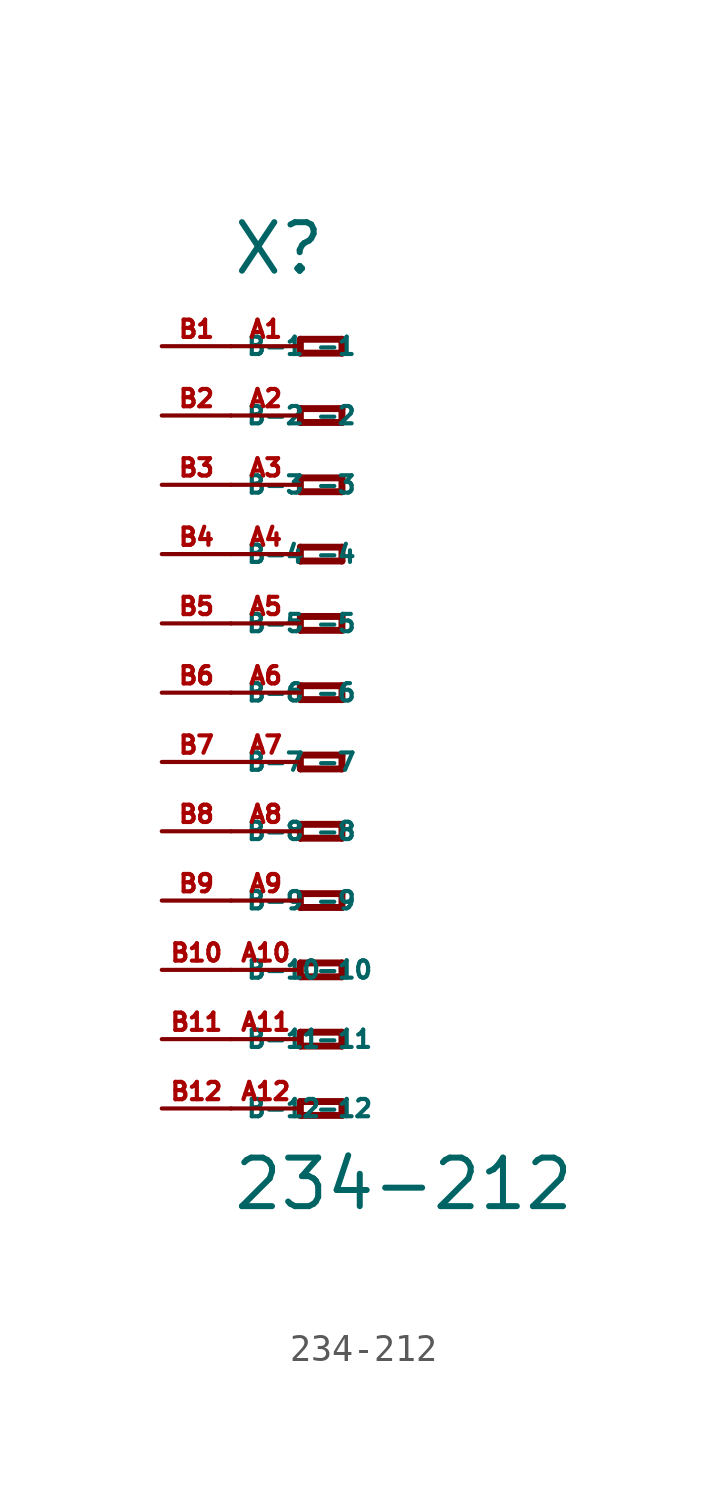
<source format=kicad_sym>
(kicad_symbol_lib
  (version 20220914)
  (generator Eagle2Kicad)
  (symbol "234-212"
    (property "Reference" "X"
      (at -5.08 15.24 0)
      (effects (font (size 1.778 1.778) (thickness 0.22)) (justify left bottom)))
    (property "Value" "234-212"
      (at -5.08 -19.05 0)
      (effects (font (size 1.778 1.778) (thickness 0.22)) (justify left bottom)))
    (polyline
      (pts (xy -2.54 12.954) (xy -2.54 12.446))
      (stroke (width 0.254) (type default))
      (fill (type none)))
    (polyline
      (pts (xy -2.54 12.446) (xy -1.016 12.446))
      (stroke (width 0.254) (type default))
      (fill (type none)))
    (polyline
      (pts (xy -1.016 12.446) (xy -1.016 12.954))
      (stroke (width 0.254) (type default))
      (fill (type none)))
    (polyline
      (pts (xy -1.016 12.954) (xy -2.54 12.954))
      (stroke (width 0.254) (type default))
      (fill (type none)))
    (polyline
      (pts (xy -2.54 10.414) (xy -2.54 9.906))
      (stroke (width 0.254) (type default))
      (fill (type none)))
    (polyline
      (pts (xy -2.54 9.906) (xy -1.016 9.906))
      (stroke (width 0.254) (type default))
      (fill (type none)))
    (polyline
      (pts (xy -1.016 9.906) (xy -1.016 10.414))
      (stroke (width 0.254) (type default))
      (fill (type none)))
    (polyline
      (pts (xy -1.016 10.414) (xy -2.54 10.414))
      (stroke (width 0.254) (type default))
      (fill (type none)))
    (polyline
      (pts (xy -2.54 7.874) (xy -2.54 7.366))
      (stroke (width 0.254) (type default))
      (fill (type none)))
    (polyline
      (pts (xy -2.54 7.366) (xy -1.016 7.366))
      (stroke (width 0.254) (type default))
      (fill (type none)))
    (polyline
      (pts (xy -1.016 7.366) (xy -1.016 7.874))
      (stroke (width 0.254) (type default))
      (fill (type none)))
    (polyline
      (pts (xy -1.016 7.874) (xy -2.54 7.874))
      (stroke (width 0.254) (type default))
      (fill (type none)))
    (polyline
      (pts (xy -2.54 5.334) (xy -2.54 4.826))
      (stroke (width 0.254) (type default))
      (fill (type none)))
    (polyline
      (pts (xy -2.54 4.826) (xy -1.016 4.826))
      (stroke (width 0.254) (type default))
      (fill (type none)))
    (polyline
      (pts (xy -1.016 4.826) (xy -1.016 5.334))
      (stroke (width 0.254) (type default))
      (fill (type none)))
    (polyline
      (pts (xy -1.016 5.334) (xy -2.54 5.334))
      (stroke (width 0.254) (type default))
      (fill (type none)))
    (polyline
      (pts (xy -2.54 2.794) (xy -2.54 2.286))
      (stroke (width 0.254) (type default))
      (fill (type none)))
    (polyline
      (pts (xy -2.54 2.286) (xy -1.016 2.286))
      (stroke (width 0.254) (type default))
      (fill (type none)))
    (polyline
      (pts (xy -1.016 2.286) (xy -1.016 2.794))
      (stroke (width 0.254) (type default))
      (fill (type none)))
    (polyline
      (pts (xy -1.016 2.794) (xy -2.54 2.794))
      (stroke (width 0.254) (type default))
      (fill (type none)))
    (polyline
      (pts (xy -2.54 0.254) (xy -2.54 -0.254))
      (stroke (width 0.254) (type default))
      (fill (type none)))
    (polyline
      (pts (xy -2.54 -0.254) (xy -1.016 -0.254))
      (stroke (width 0.254) (type default))
      (fill (type none)))
    (polyline
      (pts (xy -1.016 -0.254) (xy -1.016 0.254))
      (stroke (width 0.254) (type default))
      (fill (type none)))
    (polyline
      (pts (xy -1.016 0.254) (xy -2.54 0.254))
      (stroke (width 0.254) (type default))
      (fill (type none)))
    (polyline
      (pts (xy -2.54 -2.286) (xy -2.54 -2.794))
      (stroke (width 0.254) (type default))
      (fill (type none)))
    (polyline
      (pts (xy -2.54 -2.794) (xy -1.016 -2.794))
      (stroke (width 0.254) (type default))
      (fill (type none)))
    (polyline
      (pts (xy -1.016 -2.794) (xy -1.016 -2.286))
      (stroke (width 0.254) (type default))
      (fill (type none)))
    (polyline
      (pts (xy -1.016 -2.286) (xy -2.54 -2.286))
      (stroke (width 0.254) (type default))
      (fill (type none)))
    (polyline
      (pts (xy -2.54 -4.826) (xy -2.54 -5.334))
      (stroke (width 0.254) (type default))
      (fill (type none)))
    (polyline
      (pts (xy -2.54 -5.334) (xy -1.016 -5.334))
      (stroke (width 0.254) (type default))
      (fill (type none)))
    (polyline
      (pts (xy -1.016 -5.334) (xy -1.016 -4.826))
      (stroke (width 0.254) (type default))
      (fill (type none)))
    (polyline
      (pts (xy -1.016 -4.826) (xy -2.54 -4.826))
      (stroke (width 0.254) (type default))
      (fill (type none)))
    (polyline
      (pts (xy -2.54 -7.366) (xy -2.54 -7.874))
      (stroke (width 0.254) (type default))
      (fill (type none)))
    (polyline
      (pts (xy -2.54 -7.874) (xy -1.016 -7.874))
      (stroke (width 0.254) (type default))
      (fill (type none)))
    (polyline
      (pts (xy -1.016 -7.874) (xy -1.016 -7.366))
      (stroke (width 0.254) (type default))
      (fill (type none)))
    (polyline
      (pts (xy -1.016 -7.366) (xy -2.54 -7.366))
      (stroke (width 0.254) (type default))
      (fill (type none)))
    (polyline
      (pts (xy -2.54 -9.906) (xy -2.54 -10.414))
      (stroke (width 0.254) (type default))
      (fill (type none)))
    (polyline
      (pts (xy -2.54 -10.414) (xy -1.016 -10.414))
      (stroke (width 0.254) (type default))
      (fill (type none)))
    (polyline
      (pts (xy -1.016 -10.414) (xy -1.016 -9.906))
      (stroke (width 0.254) (type default))
      (fill (type none)))
    (polyline
      (pts (xy -1.016 -9.906) (xy -2.54 -9.906))
      (stroke (width 0.254) (type default))
      (fill (type none)))
    (polyline
      (pts (xy -2.54 -12.446) (xy -2.54 -12.954))
      (stroke (width 0.254) (type default))
      (fill (type none)))
    (polyline
      (pts (xy -2.54 -12.954) (xy -1.016 -12.954))
      (stroke (width 0.254) (type default))
      (fill (type none)))
    (polyline
      (pts (xy -1.016 -12.954) (xy -1.016 -12.446))
      (stroke (width 0.254) (type default))
      (fill (type none)))
    (polyline
      (pts (xy -1.016 -12.446) (xy -2.54 -12.446))
      (stroke (width 0.254) (type default))
      (fill (type none)))
    (polyline
      (pts (xy -2.54 -14.986) (xy -2.54 -15.494))
      (stroke (width 0.254) (type default))
      (fill (type none)))
    (polyline
      (pts (xy -2.54 -15.494) (xy -1.016 -15.494))
      (stroke (width 0.254) (type default))
      (fill (type none)))
    (polyline
      (pts (xy -1.016 -15.494) (xy -1.016 -14.986))
      (stroke (width 0.254) (type default))
      (fill (type none)))
    (polyline
      (pts (xy -1.016 -14.986) (xy -2.54 -14.986))
      (stroke (width 0.254) (type default))
      (fill (type none)))
    (pin passive line
      (at -5.08 12.7 0)
      (length 2.54)
      (name "-1" (effects (font (size 0.635 0.635) (thickness 0.08)) (justify left bottom)))
      (number "A1" (effects (font (size 0.635 0.635) (thickness 0.08)) (justify left bottom))))
    (pin passive line
      (at -5.08 10.16 0)
      (length 2.54)
      (name "-2" (effects (font (size 0.635 0.635) (thickness 0.08)) (justify left bottom)))
      (number "A2" (effects (font (size 0.635 0.635) (thickness 0.08)) (justify left bottom))))
    (pin passive line
      (at -5.08 7.62 0)
      (length 2.54)
      (name "-3" (effects (font (size 0.635 0.635) (thickness 0.08)) (justify left bottom)))
      (number "A3" (effects (font (size 0.635 0.635) (thickness 0.08)) (justify left bottom))))
    (pin passive line
      (at -5.08 5.08 0)
      (length 2.54)
      (name "-4" (effects (font (size 0.635 0.635) (thickness 0.08)) (justify left bottom)))
      (number "A4" (effects (font (size 0.635 0.635) (thickness 0.08)) (justify left bottom))))
    (pin passive line
      (at -5.08 2.54 0)
      (length 2.54)
      (name "-5" (effects (font (size 0.635 0.635) (thickness 0.08)) (justify left bottom)))
      (number "A5" (effects (font (size 0.635 0.635) (thickness 0.08)) (justify left bottom))))
    (pin passive line
      (at -5.08 0 0)
      (length 2.54)
      (name "-6" (effects (font (size 0.635 0.635) (thickness 0.08)) (justify left bottom)))
      (number "A6" (effects (font (size 0.635 0.635) (thickness 0.08)) (justify left bottom))))
    (pin passive line
      (at -5.08 -2.54 0)
      (length 2.54)
      (name "-7" (effects (font (size 0.635 0.635) (thickness 0.08)) (justify left bottom)))
      (number "A7" (effects (font (size 0.635 0.635) (thickness 0.08)) (justify left bottom))))
    (pin passive line
      (at -5.08 -5.08 0)
      (length 2.54)
      (name "-8" (effects (font (size 0.635 0.635) (thickness 0.08)) (justify left bottom)))
      (number "A8" (effects (font (size 0.635 0.635) (thickness 0.08)) (justify left bottom))))
    (pin passive line
      (at -5.08 -7.62 0)
      (length 2.54)
      (name "-9" (effects (font (size 0.635 0.635) (thickness 0.08)) (justify left bottom)))
      (number "A9" (effects (font (size 0.635 0.635) (thickness 0.08)) (justify left bottom))))
    (pin passive line
      (at -5.08 -10.16 0)
      (length 2.54)
      (name "-10" (effects (font (size 0.635 0.635) (thickness 0.08)) (justify left bottom)))
      (number "A10" (effects (font (size 0.635 0.635) (thickness 0.08)) (justify left bottom))))
    (pin passive line
      (at -5.08 -12.7 0)
      (length 2.54)
      (name "-11" (effects (font (size 0.635 0.635) (thickness 0.08)) (justify left bottom)))
      (number "A11" (effects (font (size 0.635 0.635) (thickness 0.08)) (justify left bottom))))
    (pin passive line
      (at -5.08 -15.24 0)
      (length 2.54)
      (name "-12" (effects (font (size 0.635 0.635) (thickness 0.08)) (justify left bottom)))
      (number "A12" (effects (font (size 0.635 0.635) (thickness 0.08)) (justify left bottom))))
    (pin passive line
      (at -7.62 -15.24 0)
      (length 2.54)
      (name "B-12" (effects (font (size 0.635 0.635) (thickness 0.08)) (justify left bottom)))
      (number "B12" (effects (font (size 0.635 0.635) (thickness 0.08)) (justify left bottom))))
    (pin passive line
      (at -7.62 12.7 0)
      (length 2.54)
      (name "B-1" (effects (font (size 0.635 0.635) (thickness 0.08)) (justify left bottom)))
      (number "B1" (effects (font (size 0.635 0.635) (thickness 0.08)) (justify left bottom))))
    (pin passive line
      (at -7.62 10.16 0)
      (length 2.54)
      (name "B-2" (effects (font (size 0.635 0.635) (thickness 0.08)) (justify left bottom)))
      (number "B2" (effects (font (size 0.635 0.635) (thickness 0.08)) (justify left bottom))))
    (pin passive line
      (at -7.62 7.62 0)
      (length 2.54)
      (name "B-3" (effects (font (size 0.635 0.635) (thickness 0.08)) (justify left bottom)))
      (number "B3" (effects (font (size 0.635 0.635) (thickness 0.08)) (justify left bottom))))
    (pin passive line
      (at -7.62 5.08 0)
      (length 2.54)
      (name "B-4" (effects (font (size 0.635 0.635) (thickness 0.08)) (justify left bottom)))
      (number "B4" (effects (font (size 0.635 0.635) (thickness 0.08)) (justify left bottom))))
    (pin passive line
      (at -7.62 2.54 0)
      (length 2.54)
      (name "B-5" (effects (font (size 0.635 0.635) (thickness 0.08)) (justify left bottom)))
      (number "B5" (effects (font (size 0.635 0.635) (thickness 0.08)) (justify left bottom))))
    (pin passive line
      (at -7.62 0 0)
      (length 2.54)
      (name "B-6" (effects (font (size 0.635 0.635) (thickness 0.08)) (justify left bottom)))
      (number "B6" (effects (font (size 0.635 0.635) (thickness 0.08)) (justify left bottom))))
    (pin passive line
      (at -7.62 -2.54 0)
      (length 2.54)
      (name "B-7" (effects (font (size 0.635 0.635) (thickness 0.08)) (justify left bottom)))
      (number "B7" (effects (font (size 0.635 0.635) (thickness 0.08)) (justify left bottom))))
    (pin passive line
      (at -7.62 -5.08 0)
      (length 2.54)
      (name "B-8" (effects (font (size 0.635 0.635) (thickness 0.08)) (justify left bottom)))
      (number "B8" (effects (font (size 0.635 0.635) (thickness 0.08)) (justify left bottom))))
    (pin passive line
      (at -7.62 -7.62 0)
      (length 2.54)
      (name "B-9" (effects (font (size 0.635 0.635) (thickness 0.08)) (justify left bottom)))
      (number "B9" (effects (font (size 0.635 0.635) (thickness 0.08)) (justify left bottom))))
    (pin passive line
      (at -7.62 -10.16 0)
      (length 2.54)
      (name "B-10" (effects (font (size 0.635 0.635) (thickness 0.08)) (justify left bottom)))
      (number "B10" (effects (font (size 0.635 0.635) (thickness 0.08)) (justify left bottom))))
    (pin passive line
      (at -7.62 -12.7 0)
      (length 2.54)
      (name "B-11" (effects (font (size 0.635 0.635) (thickness 0.08)) (justify left bottom)))
      (number "B11" (effects (font (size 0.635 0.635) (thickness 0.08)) (justify left bottom))))))
</source>
